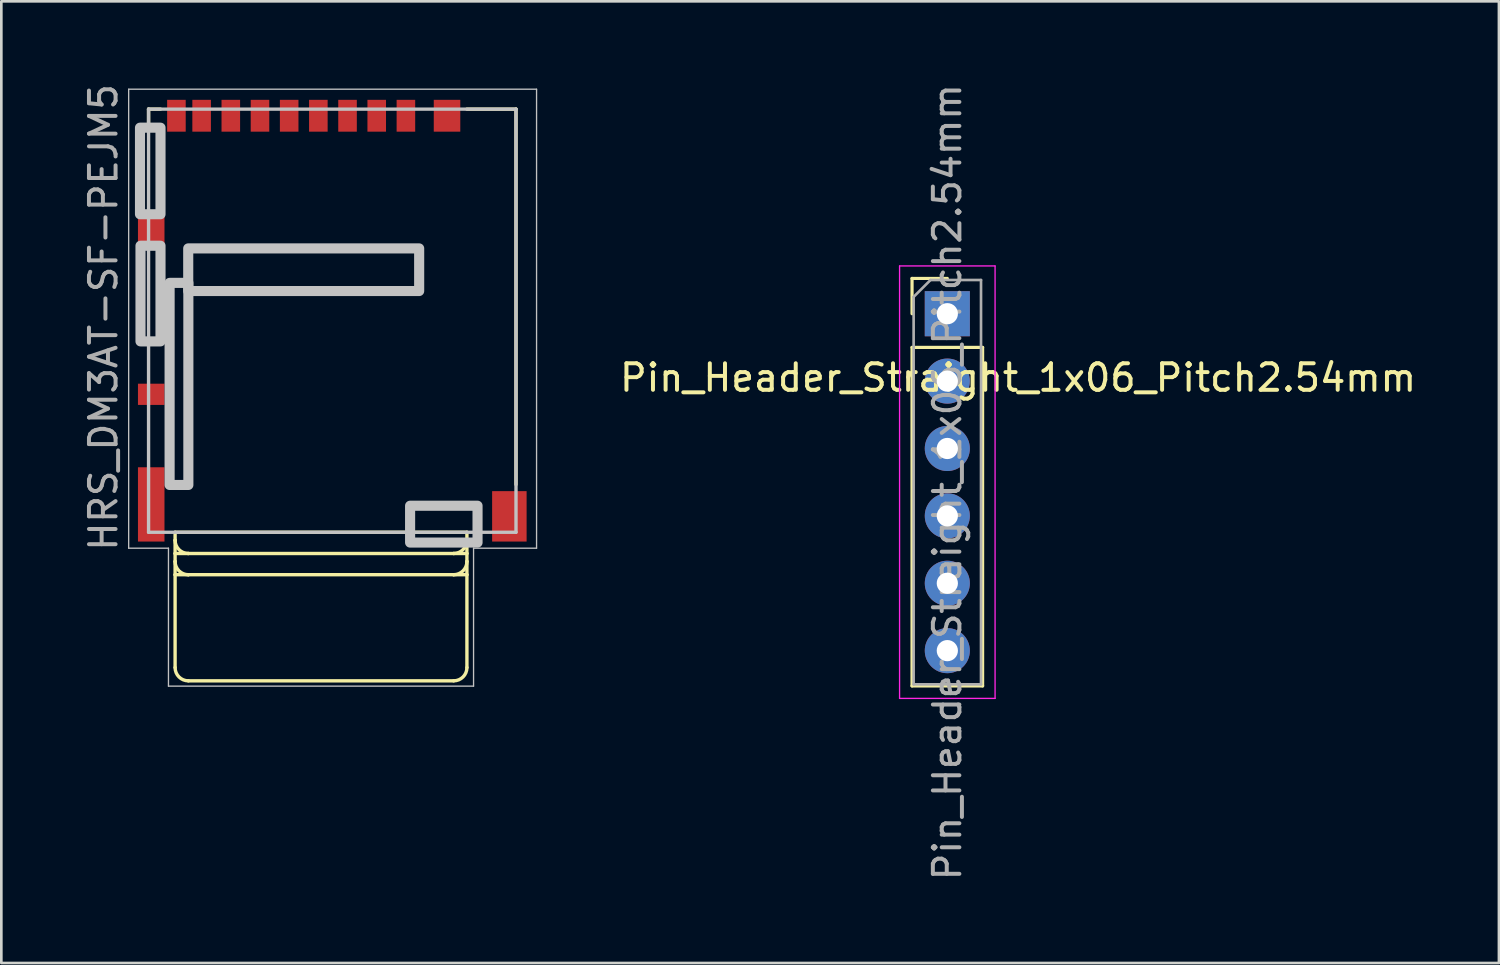
<source format=kicad_pcb>
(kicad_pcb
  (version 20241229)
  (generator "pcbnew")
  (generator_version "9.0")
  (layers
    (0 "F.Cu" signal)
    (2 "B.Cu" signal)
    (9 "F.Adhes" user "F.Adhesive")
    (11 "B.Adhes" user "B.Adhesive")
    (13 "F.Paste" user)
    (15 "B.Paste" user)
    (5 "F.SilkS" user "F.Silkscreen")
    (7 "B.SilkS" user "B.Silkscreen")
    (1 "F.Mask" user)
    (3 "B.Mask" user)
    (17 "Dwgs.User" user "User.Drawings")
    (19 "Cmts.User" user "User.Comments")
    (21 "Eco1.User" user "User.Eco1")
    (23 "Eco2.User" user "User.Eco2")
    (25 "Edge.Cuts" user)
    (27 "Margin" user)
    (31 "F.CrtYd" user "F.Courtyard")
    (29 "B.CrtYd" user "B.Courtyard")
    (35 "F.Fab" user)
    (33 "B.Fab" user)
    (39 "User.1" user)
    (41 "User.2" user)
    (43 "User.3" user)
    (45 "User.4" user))
  (footprint "Pin_Header_Straight_1x06_Pitch2.54mm"
    (layer "F.Cu")
    (at 32.658 8.775)
    (property "Reference" "Pin_Header_Straight_1x06_Pitch2.54mm" (at 2.667 2.413 0) (layer "F.SilkS") (effects (font (size 1 1) (thickness 0.15))))
    (attr through_hole)
    (fp_line (start -1.33 -1.33) (end 0 -1.33) (stroke (width 0.12) (type solid)) (layer "F.SilkS"))
    (fp_line (start -1.33 0) (end -1.33 -1.33) (stroke (width 0.12) (type solid)) (layer "F.SilkS"))
    (fp_line (start -1.33 1.27) (end -1.33 14.03) (stroke (width 0.12) (type solid)) (layer "F.SilkS"))
    (fp_line (start -1.33 1.27) (end 1.33 1.27) (stroke (width 0.12) (type solid)) (layer "F.SilkS"))
    (fp_line (start -1.33 14.03) (end 1.33 14.03) (stroke (width 0.12) (type solid)) (layer "F.SilkS"))
    (fp_line (start 1.33 1.27) (end 1.33 14.03) (stroke (width 0.12) (type solid)) (layer "F.SilkS"))
    (fp_line (start -1.8 -1.8) (end -1.8 14.5) (stroke (width 0.05) (type solid)) (layer "F.CrtYd"))
    (fp_line (start -1.8 14.5) (end 1.8 14.5) (stroke (width 0.05) (type solid)) (layer "F.CrtYd"))
    (fp_line (start 1.8 -1.8) (end -1.8 -1.8) (stroke (width 0.05) (type solid)) (layer "F.CrtYd"))
    (fp_line (start 1.8 14.5) (end 1.8 -1.8) (stroke (width 0.05) (type solid)) (layer "F.CrtYd"))
    (fp_line (start -1.27 -0.635) (end -0.635 -1.27) (stroke (width 0.1) (type solid)) (layer "F.Fab"))
    (fp_line (start -1.27 13.97) (end -1.27 -0.635) (stroke (width 0.1) (type solid)) (layer "F.Fab"))
    (fp_line (start -0.635 -1.27) (end 1.27 -1.27) (stroke (width 0.1) (type solid)) (layer "F.Fab"))
    (fp_line (start 1.27 -1.27) (end 1.27 13.97) (stroke (width 0.1) (type solid)) (layer "F.Fab"))
    (fp_line (start 1.27 13.97) (end -1.27 13.97) (stroke (width 0.1) (type solid)) (layer "F.Fab"))
    (fp_text user "${REFERENCE}" (at 0 6.35 90) (layer "F.Fab") (effects (font (size 1 1) (thickness 0.15))))
    (pad "1" thru_hole rect (at 0 0) (size 1.7 1.7) (drill 0.8) (layers "*.Cu" "*.Mask"))
    (pad "2" thru_hole oval (at 0 2.54) (size 1.7 1.7) (drill 0.8) (layers "*.Cu" "*.Mask"))
    (pad "3" thru_hole oval (at 0 5.08) (size 1.7 1.7) (drill 0.8) (layers "*.Cu" "*.Mask"))
    (pad "4" thru_hole oval (at 0 7.62) (size 1.7 1.7) (drill 0.8) (layers "*.Cu" "*.Mask"))
    (pad "5" thru_hole oval (at 0 10.16) (size 1.7 1.7) (drill 0.8) (layers "*.Cu" "*.Mask"))
    (pad "6" thru_hole oval (at 0 12.7) (size 1.7 1.7) (drill 0.8) (layers "*.Cu" "*.Mask")))
  (footprint "HRS_DM3AT-SF-PEJM5"
    (layer "F.Cu")
    (at 9.05 1.313)
    (property "Reference" "HRS_DM3AT-SF-PEJM5" (at -8.2 7.6 90) (layer "F.Fab") (effects (font (size 1.003 1.003) (thickness 0.15))))
    (attr smd)
    (fp_line (start -6.5 -0.25) (end -6.5 0.3) (stroke (width 0.127) (type solid)) (layer "F.SilkS"))
    (fp_line (start -6.05 -0.25) (end -6.5 -0.25) (stroke (width 0.127) (type solid)) (layer "F.SilkS"))
    (fp_line (start -5.5 15.7) (end -5.5 16) (stroke (width 0.127) (type solid)) (layer "F.SilkS"))
    (fp_line (start -5.5 15.7) (end 5.5 15.7) (stroke (width 0.127) (type solid)) (layer "F.SilkS"))
    (fp_line (start -5.5 16.5) (end -5.5 16) (stroke (width 0.127) (type solid)) (layer "F.SilkS"))
    (fp_line (start -5.5 16.5) (end -5.5 16.8) (stroke (width 0.127) (type solid)) (layer "F.SilkS"))
    (fp_line (start -5.5 17.3) (end -5.5 16.8) (stroke (width 0.127) (type solid)) (layer "F.SilkS"))
    (fp_line (start -5.5 17.3) (end -5.5 20.8) (stroke (width 0.127) (type solid)) (layer "F.SilkS"))
    (fp_line (start -5 16.5) (end -5.5 16.5) (stroke (width 0.127) (type solid)) (layer "F.SilkS"))
    (fp_line (start -5 17.3) (end -5.5 17.3) (stroke (width 0.127) (type solid)) (layer "F.SilkS"))
    (fp_line (start 5 16.5) (end -5 16.5) (stroke (width 0.127) (type solid)) (layer "F.SilkS"))
    (fp_line (start 5 17.3) (end -5 17.3) (stroke (width 0.127) (type solid)) (layer "F.SilkS"))
    (fp_line (start 5 21.3) (end -5 21.3) (stroke (width 0.127) (type solid)) (layer "F.SilkS"))
    (fp_line (start 5.5 -0.25) (end 7.35 -0.25) (stroke (width 0.127) (type solid)) (layer "F.SilkS"))
    (fp_line (start 5.5 15.7) (end 5.5 16) (stroke (width 0.127) (type solid)) (layer "F.SilkS"))
    (fp_line (start 5.5 16) (end 5.5 16.5) (stroke (width 0.127) (type solid)) (layer "F.SilkS"))
    (fp_line (start 5.5 16.5) (end 5 16.5) (stroke (width 0.127) (type solid)) (layer "F.SilkS"))
    (fp_line (start 5.5 16.5) (end 5.5 16.8) (stroke (width 0.127) (type solid)) (layer "F.SilkS"))
    (fp_line (start 5.5 16.8) (end 5.5 17.3) (stroke (width 0.127) (type solid)) (layer "F.SilkS"))
    (fp_line (start 5.5 17.3) (end 5 17.3) (stroke (width 0.127) (type solid)) (layer "F.SilkS"))
    (fp_line (start 5.5 17.3) (end 5.5 20.8) (stroke (width 0.127) (type solid)) (layer "F.SilkS"))
    (fp_line (start 7.35 -0.25) (end 7.35 13.9) (stroke (width 0.127) (type solid)) (layer "F.SilkS"))
    (fp_arc (start -5 16.5) (mid -5.353553 16.353553) (end -5.5 16) (stroke (width 0.127) (type solid)) (layer "F.SilkS"))
    (fp_arc (start -5 17.3) (mid -5.353553 17.153553) (end -5.5 16.8) (stroke (width 0.127) (type solid)) (layer "F.SilkS"))
    (fp_arc (start -5 21.3) (mid -5.353553 21.153553) (end -5.5 20.8) (stroke (width 0.127) (type solid)) (layer "F.SilkS"))
    (fp_arc (start 5.5 16) (mid 5.353553 16.353553) (end 5 16.5) (stroke (width 0.127) (type solid)) (layer "F.SilkS"))
    (fp_arc (start 5.5 16.8) (mid 5.353553 17.153553) (end 5 17.3) (stroke (width 0.127) (type solid)) (layer "F.SilkS"))
    (fp_arc (start 5.5 20.8) (mid 5.353553 21.153553) (end 5 21.3) (stroke (width 0.127) (type solid)) (layer "F.SilkS"))
    (fp_line (start -7.25 -1) (end 8.125 -1) (stroke (width 0.05) (type solid)) (layer "Dwgs.User"))
    (fp_line (start -7.25 16.3) (end -7.25 -1) (stroke (width 0.05) (type solid)) (layer "Dwgs.User"))
    (fp_line (start -6.5 -0.25) (end 7.35 -0.25) (stroke (width 0.127) (type solid)) (layer "Dwgs.User"))
    (fp_line (start -6.5 15.7) (end -6.5 -0.25) (stroke (width 0.127) (type solid)) (layer "Dwgs.User"))
    (fp_line (start -5.75 16.3) (end -7.25 16.3) (stroke (width 0.05) (type solid)) (layer "Dwgs.User"))
    (fp_line (start -5.75 21.5) (end -5.75 16.3) (stroke (width 0.05) (type solid)) (layer "Dwgs.User"))
    (fp_line (start 5.75 16.3) (end 5.75 21.5) (stroke (width 0.05) (type solid)) (layer "Dwgs.User"))
    (fp_line (start 5.75 21.5) (end -5.75 21.5) (stroke (width 0.05) (type solid)) (layer "Dwgs.User"))
    (fp_line (start 7.35 -0.25) (end 7.35 15.7) (stroke (width 0.127) (type solid)) (layer "Dwgs.User"))
    (fp_line (start 7.35 15.7) (end -6.5 15.7) (stroke (width 0.127) (type solid)) (layer "Dwgs.User"))
    (fp_line (start 8.125 -1) (end 8.125 16.3) (stroke (width 0.05) (type solid)) (layer "Dwgs.User"))
    (fp_line (start 8.125 16.3) (end 5.75 16.3) (stroke (width 0.05) (type solid)) (layer "Dwgs.User"))
    (fp_poly (pts (xy -6.823 0.45) (xy -6.05 0.45) (xy -6.05 3.712) (xy -6.823 3.712)) (stroke (width 0.381) (type solid)) (fill no) (layer "Dwgs.User"))
    (fp_poly (pts (xy -6.804 4.9) (xy -6.05 4.9) (xy -6.05 8.505) (xy -6.804 8.505)) (stroke (width 0.381) (type solid)) (fill no) (layer "Dwgs.User"))
    (fp_poly (pts (xy -5.707 6.3) (xy -5 6.3) (xy -5 13.917) (xy -5.707 13.917)) (stroke (width 0.381) (type solid)) (fill no) (layer "Dwgs.User"))
    (fp_poly (pts (xy -5.005 5) (xy 3.7 5) (xy 3.7 6.607) (xy -5.005 6.607)) (stroke (width 0.381) (type solid)) (fill no) (layer "Dwgs.User"))
    (fp_poly (pts (xy 3.358 14.7) (xy 5.9 14.7) (xy 5.9 16.088) (xy 3.358 16.088)) (stroke (width 0.381) (type solid)) (fill no) (layer "Dwgs.User"))
    (pad "1" smd rect (at 3.2 0) (size 0.7 1.2) (layers "F.Cu" "F.Mask" "F.Paste"))
    (pad "2" smd rect (at 2.1 0) (size 0.7 1.2) (layers "F.Cu" "F.Mask" "F.Paste"))
    (pad "3" smd rect (at 1 0) (size 0.7 1.2) (layers "F.Cu" "F.Mask" "F.Paste"))
    (pad "4" smd rect (at -0.1 0) (size 0.7 1.2) (layers "F.Cu" "F.Mask" "F.Paste"))
    (pad "5" smd rect (at -1.2 0) (size 0.7 1.2) (layers "F.Cu" "F.Mask" "F.Paste"))
    (pad "6" smd rect (at -2.3 0) (size 0.7 1.2) (layers "F.Cu" "F.Mask" "F.Paste"))
    (pad "7" smd rect (at -3.4 0) (size 0.7 1.2) (layers "F.Cu" "F.Mask" "F.Paste"))
    (pad "8" smd rect (at -4.5 0) (size 0.7 1.2) (layers "F.Cu" "F.Mask" "F.Paste"))
    (pad "P1" smd rect (at -6.4 4.3) (size 1 1.2) (layers "F.Cu" "F.Mask" "F.Paste"))
    (pad "P2" smd rect (at -6.4 14.65) (size 1 2.8) (layers "F.Cu" "F.Mask" "F.Paste"))
    (pad "P3" smd rect (at 7.1 15.1) (size 1.3 1.9) (layers "F.Cu" "F.Mask" "F.Paste"))
    (pad "P4" smd rect (at 4.75 0) (size 1 1.2) (layers "F.Cu" "F.Mask" "F.Paste"))
    (pad "SWA" smd rect (at -6.4 10.5) (size 1 0.8) (layers "F.Cu" "F.Mask" "F.Paste"))
    (pad "SWB" smd rect (at -5.45 0) (size 0.7 1.2) (layers "F.Cu" "F.Mask" "F.Paste")))
  (gr_rect
    (start -3 -3)
    (end 53.45 33.25)
    (stroke (width 0.1) (type default))
    (fill no)
    (layer "Edge.Cuts")))
</source>
